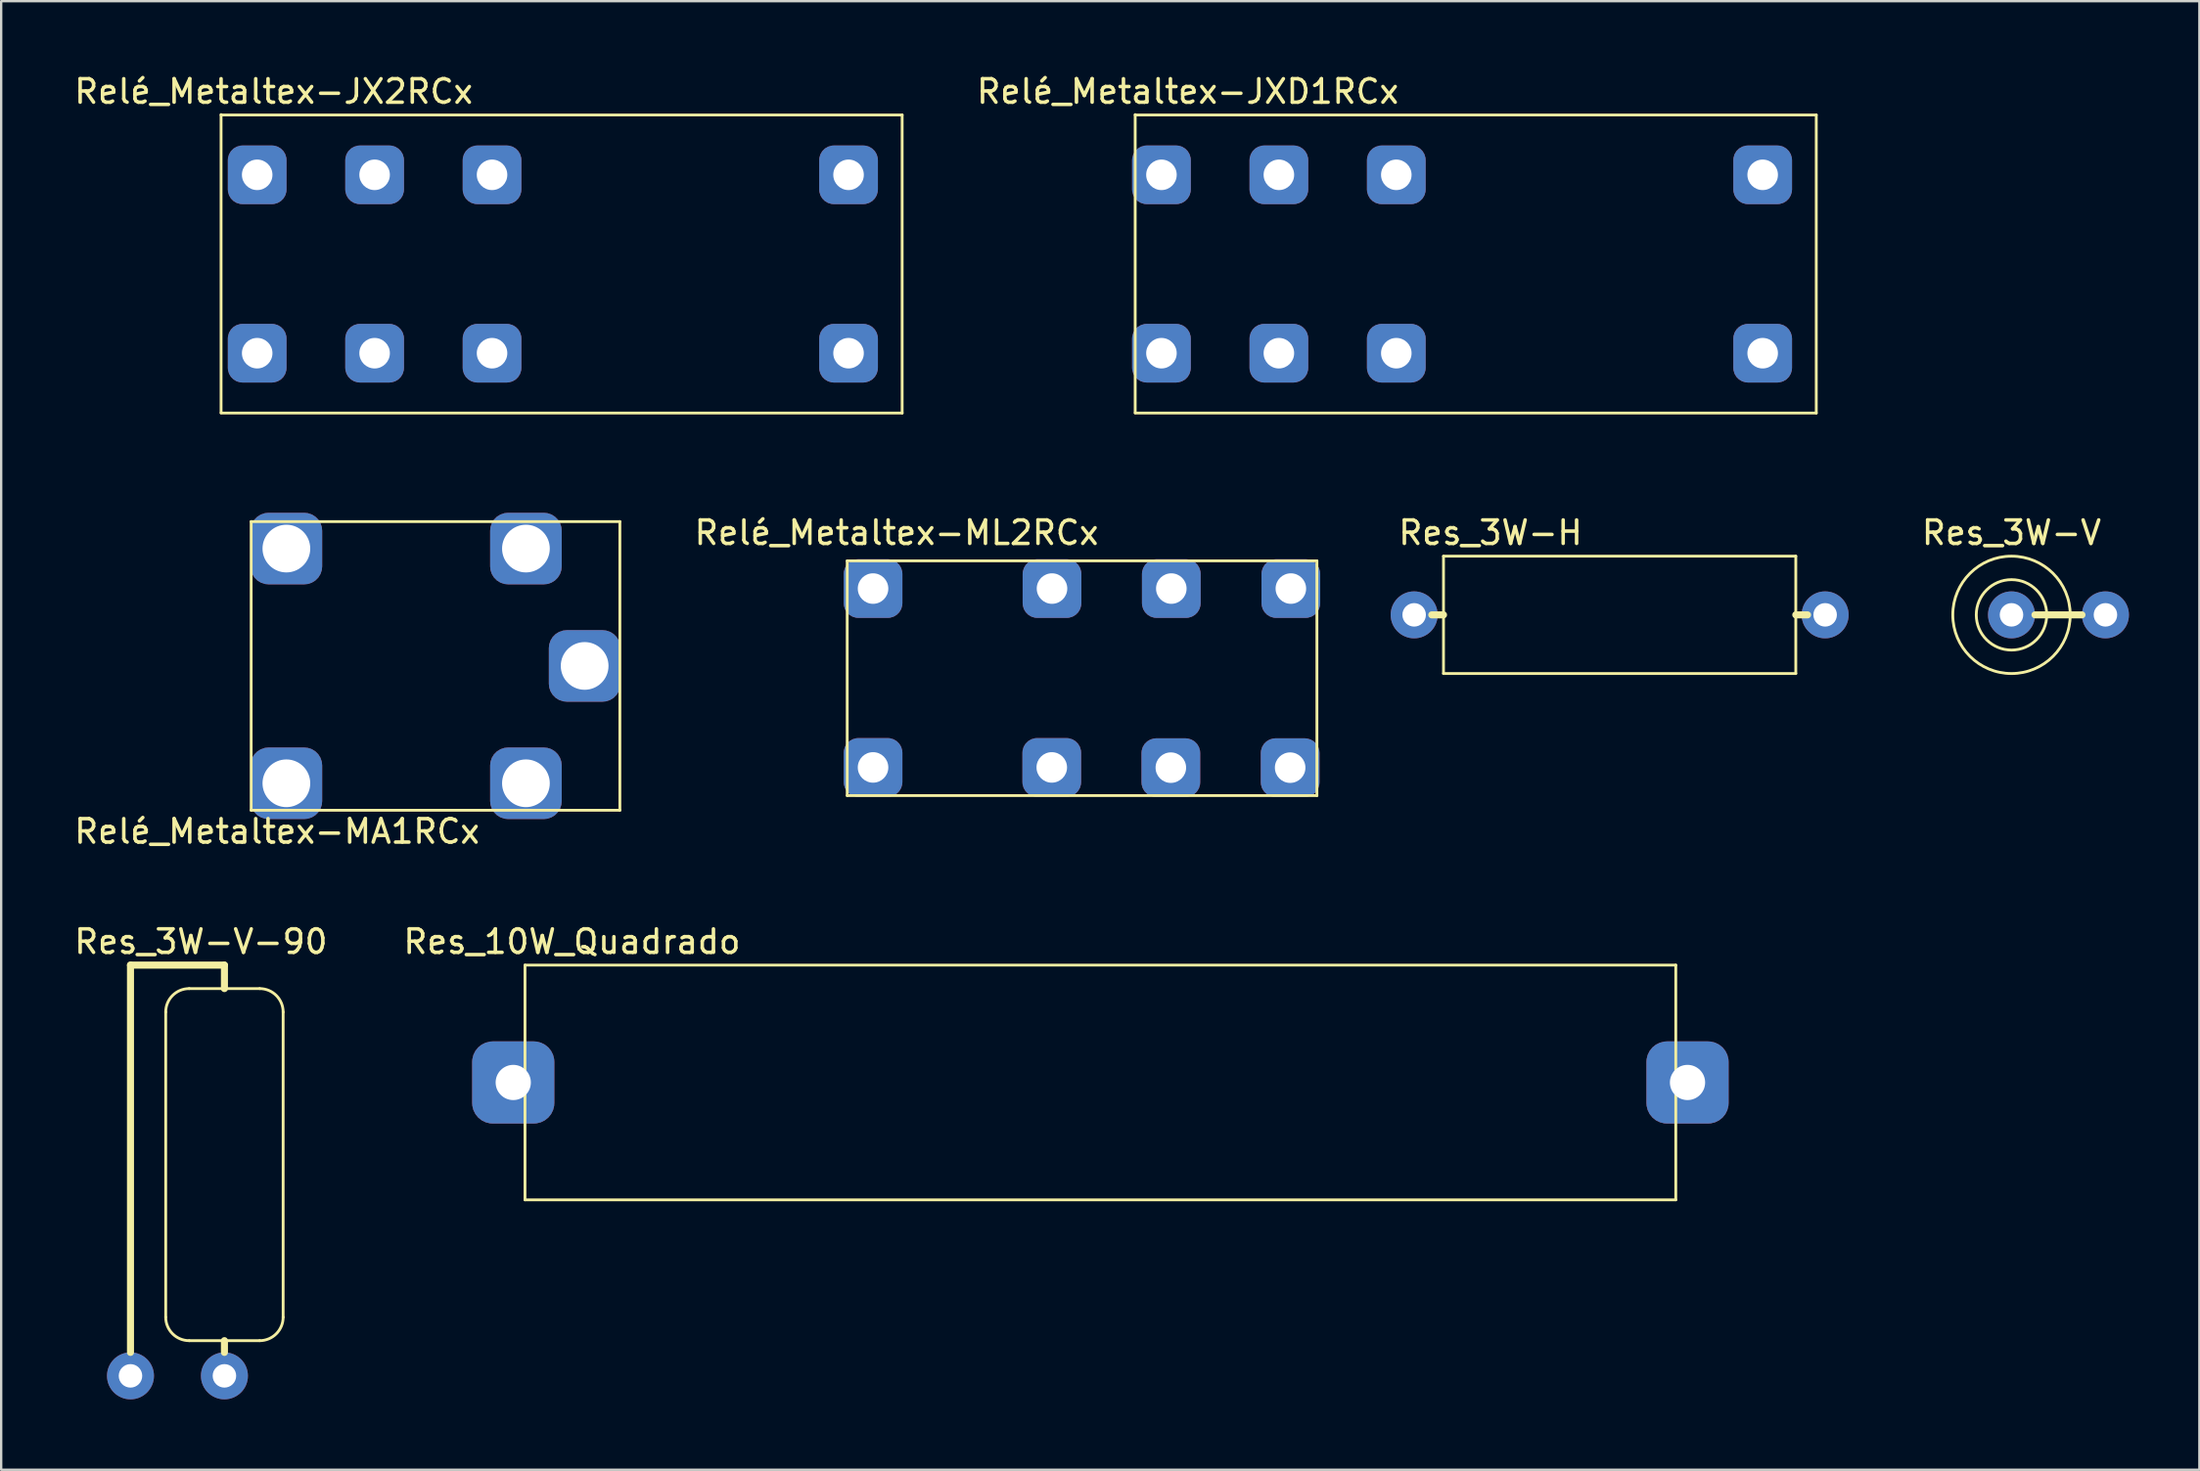
<source format=kicad_pcb>
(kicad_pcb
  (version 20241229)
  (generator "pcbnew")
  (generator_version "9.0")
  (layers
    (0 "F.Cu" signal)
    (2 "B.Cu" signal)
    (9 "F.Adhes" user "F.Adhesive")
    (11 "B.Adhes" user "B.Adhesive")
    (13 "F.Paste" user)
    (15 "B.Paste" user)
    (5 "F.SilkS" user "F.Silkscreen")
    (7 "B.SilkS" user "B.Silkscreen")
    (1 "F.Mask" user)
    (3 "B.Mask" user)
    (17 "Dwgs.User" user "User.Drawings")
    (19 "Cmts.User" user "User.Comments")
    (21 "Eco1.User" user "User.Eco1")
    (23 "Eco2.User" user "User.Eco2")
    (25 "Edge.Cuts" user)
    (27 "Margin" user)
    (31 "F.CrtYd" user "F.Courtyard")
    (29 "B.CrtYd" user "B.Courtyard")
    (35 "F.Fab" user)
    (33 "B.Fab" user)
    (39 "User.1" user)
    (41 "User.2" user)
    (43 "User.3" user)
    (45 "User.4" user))
  (footprint "Res_3W-V-90"
    (layer "F.Cu")
    (at 2.506 55.569)
    (property "Reference" "Res_3W-V-90" (at 3 -18.5 0) (layer "F.SilkS") (effects (font (size 1 1) (thickness 0.15))))
    (attr through_hole)
    (fp_line (start 0 -17.5) (end 4 -17.5) (stroke (width 0.3) (type solid)) (layer "F.SilkS"))
    (fp_line (start 0 -1) (end 0 -17.5) (stroke (width 0.3) (type solid)) (layer "F.SilkS"))
    (fp_line (start 1.5 -2.5) (end 1.5 -15.5) (stroke (width 0.12) (type solid)) (layer "F.SilkS"))
    (fp_line (start 2.5 -16.5) (end 5.5 -16.5) (stroke (width 0.12) (type solid)) (layer "F.SilkS"))
    (fp_line (start 4 -16.5) (end 4 -17.5) (stroke (width 0.3) (type solid)) (layer "F.SilkS"))
    (fp_line (start 4 -1) (end 4 -1.5) (stroke (width 0.3) (type solid)) (layer "F.SilkS"))
    (fp_line (start 5.5 -1.5) (end 2.5 -1.5) (stroke (width 0.12) (type solid)) (layer "F.SilkS"))
    (fp_line (start 6.5 -15.5) (end 6.5 -2.5) (stroke (width 0.12) (type solid)) (layer "F.SilkS"))
    (fp_arc (start 1.5 -15.5) (mid 1.792893 -16.207107) (end 2.5 -16.5) (stroke (width 0.12) (type solid)) (layer "F.SilkS"))
    (fp_arc (start 2.5 -1.5) (mid 1.792893 -1.792893) (end 1.5 -2.5) (stroke (width 0.12) (type solid)) (layer "F.SilkS"))
    (fp_arc (start 5.5 -16.5) (mid 6.207107 -16.207107) (end 6.5 -15.5) (stroke (width 0.12) (type solid)) (layer "F.SilkS"))
    (fp_arc (start 6.5 -2.5) (mid 6.207107 -1.792893) (end 5.5 -1.5) (stroke (width 0.12) (type solid)) (layer "F.SilkS"))
    (pad "1" thru_hole circle (at 4 0) (size 2 2) (drill 1) (layers "*.Cu" "*.Mask"))
    (pad "2" thru_hole circle (at 0 0) (size 2 2) (drill 1) (layers "*.Cu" "*.Mask")))
  (footprint "Relé_Metaltex-ML2RCx"
    (layer "F.Cu")
    (at 43.124 25.846)
    (property "Reference" "Relé_Metaltex-ML2RCx" (at -8 -6.2 0) (layer "F.SilkS") (effects (font (size 1 1) (thickness 0.15))))
    (attr through_hole)
    (fp_line (start -10.1 -5) (end 9.9 -5) (stroke (width 0.12) (type solid)) (layer "F.SilkS"))
    (fp_line (start -10.1 5) (end -10.1 -5) (stroke (width 0.12) (type solid)) (layer "F.SilkS"))
    (fp_line (start 9.9 -5) (end 9.9 5) (stroke (width 0.12) (type solid)) (layer "F.SilkS"))
    (fp_line (start 9.9 5) (end -10.1 5) (stroke (width 0.12) (type solid)) (layer "F.SilkS"))
    (pad "1" thru_hole roundrect (at -9 -3.82) (size 2.5 2.5) (drill 1.3) (layers "*.Cu" "*.Mask") (roundrect_rratio 0.25))
    (pad "4" thru_hole roundrect (at 3.7 -3.82) (size 2.5 2.5) (drill 1.3) (layers "*.Cu" "*.Mask") (roundrect_rratio 0.25))
    (pad "5" thru_hole roundrect (at -1.38 -3.82) (size 2.5 2.5) (drill 1.3) (layers "*.Cu" "*.Mask") (roundrect_rratio 0.25))
    (pad "6" thru_hole roundrect (at 8.79 -3.82) (size 2.5 2.5) (drill 1.3) (layers "*.Cu" "*.Mask") (roundrect_rratio 0.25))
    (pad "7" thru_hole roundrect (at 8.76 3.81) (size 2.5 2.5) (drill 1.3) (layers "*.Cu" "*.Mask") (roundrect_rratio 0.25))
    (pad "8" thru_hole roundrect (at -1.39 3.8) (size 2.5 2.5) (drill 1.3) (layers "*.Cu" "*.Mask") (roundrect_rratio 0.25))
    (pad "9" thru_hole roundrect (at 3.68 3.81) (size 2.5 2.5) (drill 1.3) (layers "*.Cu" "*.Mask") (roundrect_rratio 0.25))
    (pad "12" thru_hole roundrect (at -9 3.8) (size 2.5 2.5) (drill 1.3) (layers "*.Cu" "*.Mask") (roundrect_rratio 0.25)))
  (footprint "Relé_Metaltex-JX2RCx"
    (layer "F.Cu")
    (at 5.601 15.548)
    (property "Reference" "Relé_Metaltex-JX2RCx" (at 3 -14.7 0) (layer "F.SilkS") (effects (font (size 1 1) (thickness 0.15))))
    (attr through_hole)
    (fp_line (start 0.762 -13.716) (end 0.762 -1.016) (stroke (width 0.12) (type solid)) (layer "F.SilkS"))
    (fp_line (start 0.762 -1) (end 29.762 -1) (stroke (width 0.12) (type solid)) (layer "F.SilkS"))
    (fp_line (start 29.762 -13.7) (end 0.762 -13.7) (stroke (width 0.12) (type solid)) (layer "F.SilkS"))
    (fp_line (start 29.762 -1) (end 29.762 -13.7) (stroke (width 0.12) (type solid)) (layer "F.SilkS"))
    (pad "1" thru_hole roundrect (at 27.48 -11.15) (size 2.5 2.5) (drill 1.3) (layers "*.Cu" "*.Mask") (roundrect_rratio 0.25))
    (pad "4" thru_hole roundrect (at 12.3 -11.15) (size 2.5 2.5) (drill 1.3) (layers "*.Cu" "*.Mask") (roundrect_rratio 0.25))
    (pad "5" thru_hole roundrect (at 7.3 -11.15) (size 2.5 2.5) (drill 1.3) (layers "*.Cu" "*.Mask") (roundrect_rratio 0.25))
    (pad "6" thru_hole roundrect (at 2.3 -11.15) (size 2.5 2.5) (drill 1.3) (layers "*.Cu" "*.Mask") (roundrect_rratio 0.25))
    (pad "7" thru_hole roundrect (at 2.3 -3.55) (size 2.5 2.5) (drill 1.3) (layers "*.Cu" "*.Mask") (roundrect_rratio 0.25))
    (pad "8" thru_hole roundrect (at 7.3 -3.55) (size 2.5 2.5) (drill 1.3) (layers "*.Cu" "*.Mask") (roundrect_rratio 0.25))
    (pad "9" thru_hole roundrect (at 12.3 -3.55) (size 2.5 2.5) (drill 1.3) (layers "*.Cu" "*.Mask") (roundrect_rratio 0.25))
    (pad "12" thru_hole roundrect (at 27.48 -3.55) (size 2.5 2.5) (drill 1.3) (layers "*.Cu" "*.Mask") (roundrect_rratio 0.25)))
  (footprint "Res_10W_Quadrado"
    (layer "F.Cu")
    (at 19.304 48.069)
    (property "Reference" "Res_10W_Quadrado" (at 2 -11 0) (layer "F.SilkS") (effects (font (size 1 1) (thickness 0.15))))
    (attr through_hole)
    (fp_line (start 0 -10) (end 0 0) (stroke (width 0.12) (type solid)) (layer "F.SilkS"))
    (fp_line (start 0 0) (end 49 0) (stroke (width 0.12) (type solid)) (layer "F.SilkS"))
    (fp_line (start 49 -10) (end 0 -10) (stroke (width 0.12) (type solid)) (layer "F.SilkS"))
    (fp_line (start 49 0) (end 49 -10) (stroke (width 0.12) (type solid)) (layer "F.SilkS"))
    (pad "1" thru_hole roundrect (at -0.5 -5) (size 3.5 3.5) (drill 1.5) (layers "*.Cu" "*.Mask") (roundrect_rratio 0.25))
    (pad "2" thru_hole roundrect (at 49.5 -5) (size 3.5 3.5) (drill 1.5) (layers "*.Cu" "*.Mask") (roundrect_rratio 0.25)))
  (footprint "Relé_Metaltex-JXD1RCx"
    (layer "F.Cu")
    (at 44.524 15.548)
    (property "Reference" "Relé_Metaltex-JXD1RCx" (at 3 -14.7 0) (layer "F.SilkS") (effects (font (size 1 1) (thickness 0.15))))
    (attr through_hole)
    (fp_line (start 0.762 -13.716) (end 0.762 -1.016) (stroke (width 0.12) (type solid)) (layer "F.SilkS"))
    (fp_line (start 0.762 -1) (end 29.762 -1) (stroke (width 0.12) (type solid)) (layer "F.SilkS"))
    (fp_line (start 29.762 -13.7) (end 0.762 -13.7) (stroke (width 0.12) (type solid)) (layer "F.SilkS"))
    (fp_line (start 29.762 -1) (end 29.762 -13.7) (stroke (width 0.12) (type solid)) (layer "F.SilkS"))
    (pad "1" thru_hole roundrect (at 27.48 -11.15) (size 2.5 2.5) (drill 1.3) (layers "*.Cu" "*.Mask") (roundrect_rratio 0.25))
    (pad "4" thru_hole roundrect (at 11.88 -11.15) (size 2.5 2.5) (drill 1.3) (layers "*.Cu" "*.Mask") (roundrect_rratio 0.25))
    (pad "5" thru_hole roundrect (at 6.88 -11.15) (size 2.5 2.5) (drill 1.3) (layers "*.Cu" "*.Mask") (roundrect_rratio 0.25))
    (pad "6" thru_hole roundrect (at 1.88 -11.15) (size 2.5 2.5) (drill 1.3) (layers "*.Cu" "*.Mask") (roundrect_rratio 0.25))
    (pad "7" thru_hole roundrect (at 1.88 -3.55) (size 2.5 2.5) (drill 1.3) (layers "*.Cu" "*.Mask") (roundrect_rratio 0.25))
    (pad "8" thru_hole roundrect (at 6.88 -3.55) (size 2.5 2.5) (drill 1.3) (layers "*.Cu" "*.Mask") (roundrect_rratio 0.25))
    (pad "9" thru_hole roundrect (at 11.88 -3.55) (size 2.5 2.5) (drill 1.3) (layers "*.Cu" "*.Mask") (roundrect_rratio 0.25))
    (pad "12" thru_hole roundrect (at 27.48 -3.55) (size 2.5 2.5) (drill 1.3) (layers "*.Cu" "*.Mask") (roundrect_rratio 0.25)))
  (footprint "Relé_Metaltex-MA1RCx"
    (layer "F.Cu")
    (at 7.644 31.972)
    (property "Reference" "Relé_Metaltex-MA1RCx" (at 1.1 0.4 0) (layer "F.SilkS") (effects (font (size 1 1) (thickness 0.15))))
    (attr through_hole)
    (fp_line (start 0 -12.8) (end 15.7 -12.8) (stroke (width 0.12) (type solid)) (layer "F.SilkS"))
    (fp_line (start 0 -0.5) (end 0 -12.8) (stroke (width 0.12) (type solid)) (layer "F.SilkS"))
    (fp_line (start 15.7 -12.8) (end 15.7 -0.5) (stroke (width 0.12) (type solid)) (layer "F.SilkS"))
    (fp_line (start 15.7 -0.5) (end 0 -0.5) (stroke (width 0.12) (type solid)) (layer "F.SilkS"))
    (pad "1" thru_hole roundrect (at 11.7 -1.65) (size 3.048 3.048) (drill 2.032) (layers "*.Cu" "*.Mask") (roundrect_rratio 0.25))
    (pad "2" thru_hole roundrect (at 14.2 -6.65) (size 3.048 3.048) (drill 2.032) (layers "*.Cu" "*.Mask") (roundrect_rratio 0.25))
    (pad "3" thru_hole roundrect (at 11.7 -11.65) (size 3.048 3.048) (drill 2.032) (layers "*.Cu" "*.Mask") (roundrect_rratio 0.25))
    (pad "4" thru_hole roundrect (at 1.5 -11.65) (size 3.048 3.048) (drill 2.032) (layers "*.Cu" "*.Mask") (roundrect_rratio 0.25))
    (pad "5" thru_hole roundrect (at 1.5 -1.65) (size 3.048 3.048) (drill 2.032) (layers "*.Cu" "*.Mask") (roundrect_rratio 0.25)))
  (footprint "Res_3W-V"
    (layer "F.Cu")
    (at 82.599 23.146)
    (property "Reference" "Res_3W-V" (at 0 -3.5 0) (layer "F.SilkS") (effects (font (size 1 1) (thickness 0.15))))
    (attr through_hole)
    (fp_line (start 1 0) (end 3 0) (stroke (width 0.3) (type solid)) (layer "F.SilkS"))
    (fp_circle (center 0 0) (end 1.5 0) (stroke (width 0.12) (type solid)) (fill no) (layer "F.SilkS"))
    (fp_circle (center 0 0) (end 2.5 0) (stroke (width 0.12) (type solid)) (fill no) (layer "F.SilkS"))
    (pad "1" thru_hole circle (at 0 0) (size 2 2) (drill 1) (layers "*.Cu" "*.Mask"))
    (pad "2" thru_hole circle (at 4 0) (size 2 2) (drill 1) (layers "*.Cu" "*.Mask")))
  (footprint "Res_3W-H"
    (layer "F.Cu")
    (at 57.164 23.146)
    (property "Reference" "Res_3W-H" (at 3.25 -3.5 0) (layer "F.SilkS") (effects (font (size 1 1) (thickness 0.15))))
    (attr through_hole)
    (fp_line (start 0.75 0) (end 1.25 0) (stroke (width 0.3) (type solid)) (layer "F.SilkS"))
    (fp_line (start 1.25 -2.5) (end 16.25 -2.5) (stroke (width 0.12) (type solid)) (layer "F.SilkS"))
    (fp_line (start 1.25 0) (end 1.25 -2.5) (stroke (width 0.12) (type solid)) (layer "F.SilkS"))
    (fp_line (start 1.25 2.5) (end 1.25 0) (stroke (width 0.12) (type solid)) (layer "F.SilkS"))
    (fp_line (start 16.25 -2.5) (end 16.25 0) (stroke (width 0.12) (type solid)) (layer "F.SilkS"))
    (fp_line (start 16.25 0) (end 16.25 2.5) (stroke (width 0.12) (type solid)) (layer "F.SilkS"))
    (fp_line (start 16.25 0) (end 16.75 0) (stroke (width 0.3) (type solid)) (layer "F.SilkS"))
    (fp_line (start 16.25 2.5) (end 1.25 2.5) (stroke (width 0.12) (type solid)) (layer "F.SilkS"))
    (pad "1" thru_hole circle (at 0 0) (size 2 2) (drill 1) (layers "*.Cu" "*.Mask"))
    (pad "2" thru_hole circle (at 17.5 0) (size 2 2) (drill 1) (layers "*.Cu" "*.Mask")))
  (gr_rect
    (start -3 -3)
    (end 90.599 59.569)
    (stroke (width 0.1) (type default))
    (fill no)
    (layer "Edge.Cuts")))
</source>
